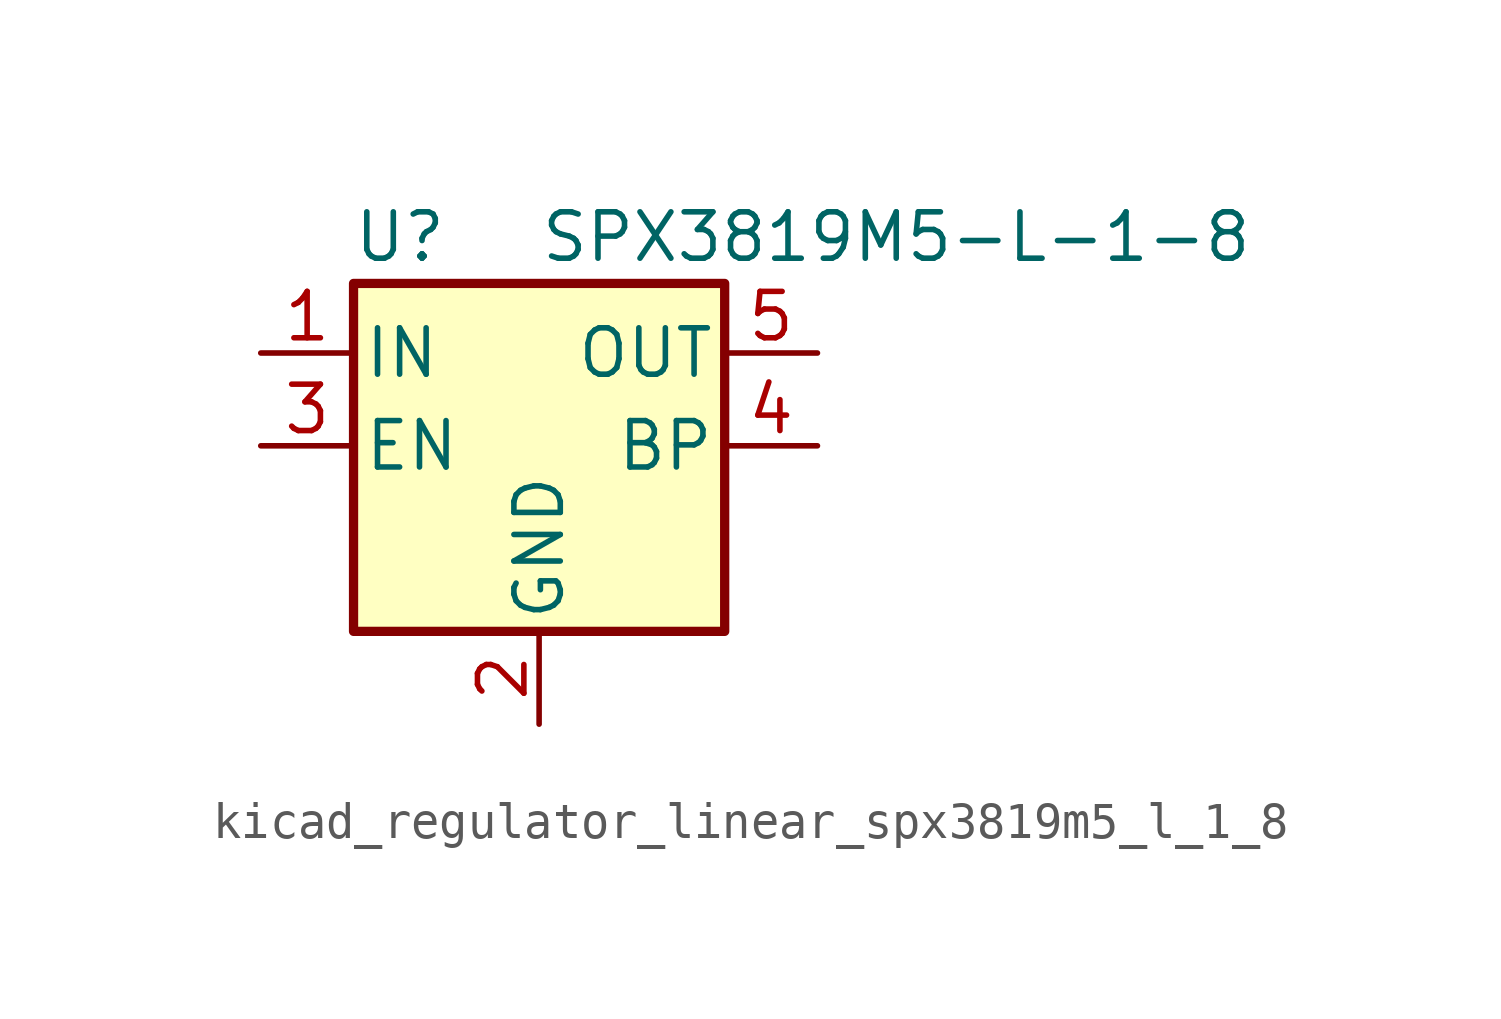
<source format=kicad_sym>
(kicad_symbol_lib
  (version 20220914)
  (generator kicad_symbol_editor)
  (symbol "kicad_regulator_linear_spx3819m5_l_1_8"
    (pin_names
      (offset 0.254))
    (property "Reference" "U"
      (at -3.81 5.715 0)
      (effects (font (size 1.27 1.27))))
    (property "Value" "SPX3819M5-L-1-8"
      (at 0 5.715 0)
      (effects (font (size 1.27 1.27)) (justify left)))
    (symbol "kicad_regulator_linear_spx3819m5_l_1_8_0_1"
      (rectangle (start -5.08 4.445) (end 5.08 -5.08) (stroke (width 0.254) (type default)) (fill (type background))))
    (symbol "kicad_regulator_linear_spx3819m5_l_1_8_1_1"
      (pin power_in line (at -7.62 2.54 0) (length 2.54) (name "IN" (effects (font (size 1.27 1.27)))) (number "1" (effects (font (size 1.27 1.27)))))
      (pin power_in line (at 0 -7.62 90) (length 2.54) (name "GND" (effects (font (size 1.27 1.27)))) (number "2" (effects (font (size 1.27 1.27)))))
      (pin input line (at -7.62 0 0) (length 2.54) (name "EN" (effects (font (size 1.27 1.27)))) (number "3" (effects (font (size 1.27 1.27)))))
      (pin input line (at 7.62 0 180) (length 2.54) (name "BP" (effects (font (size 1.27 1.27)))) (number "4" (effects (font (size 1.27 1.27)))))
      (pin power_out line (at 7.62 2.54 180) (length 2.54) (name "OUT" (effects (font (size 1.27 1.27)))) (number "5" (effects (font (size 1.27 1.27))))))))
</source>
